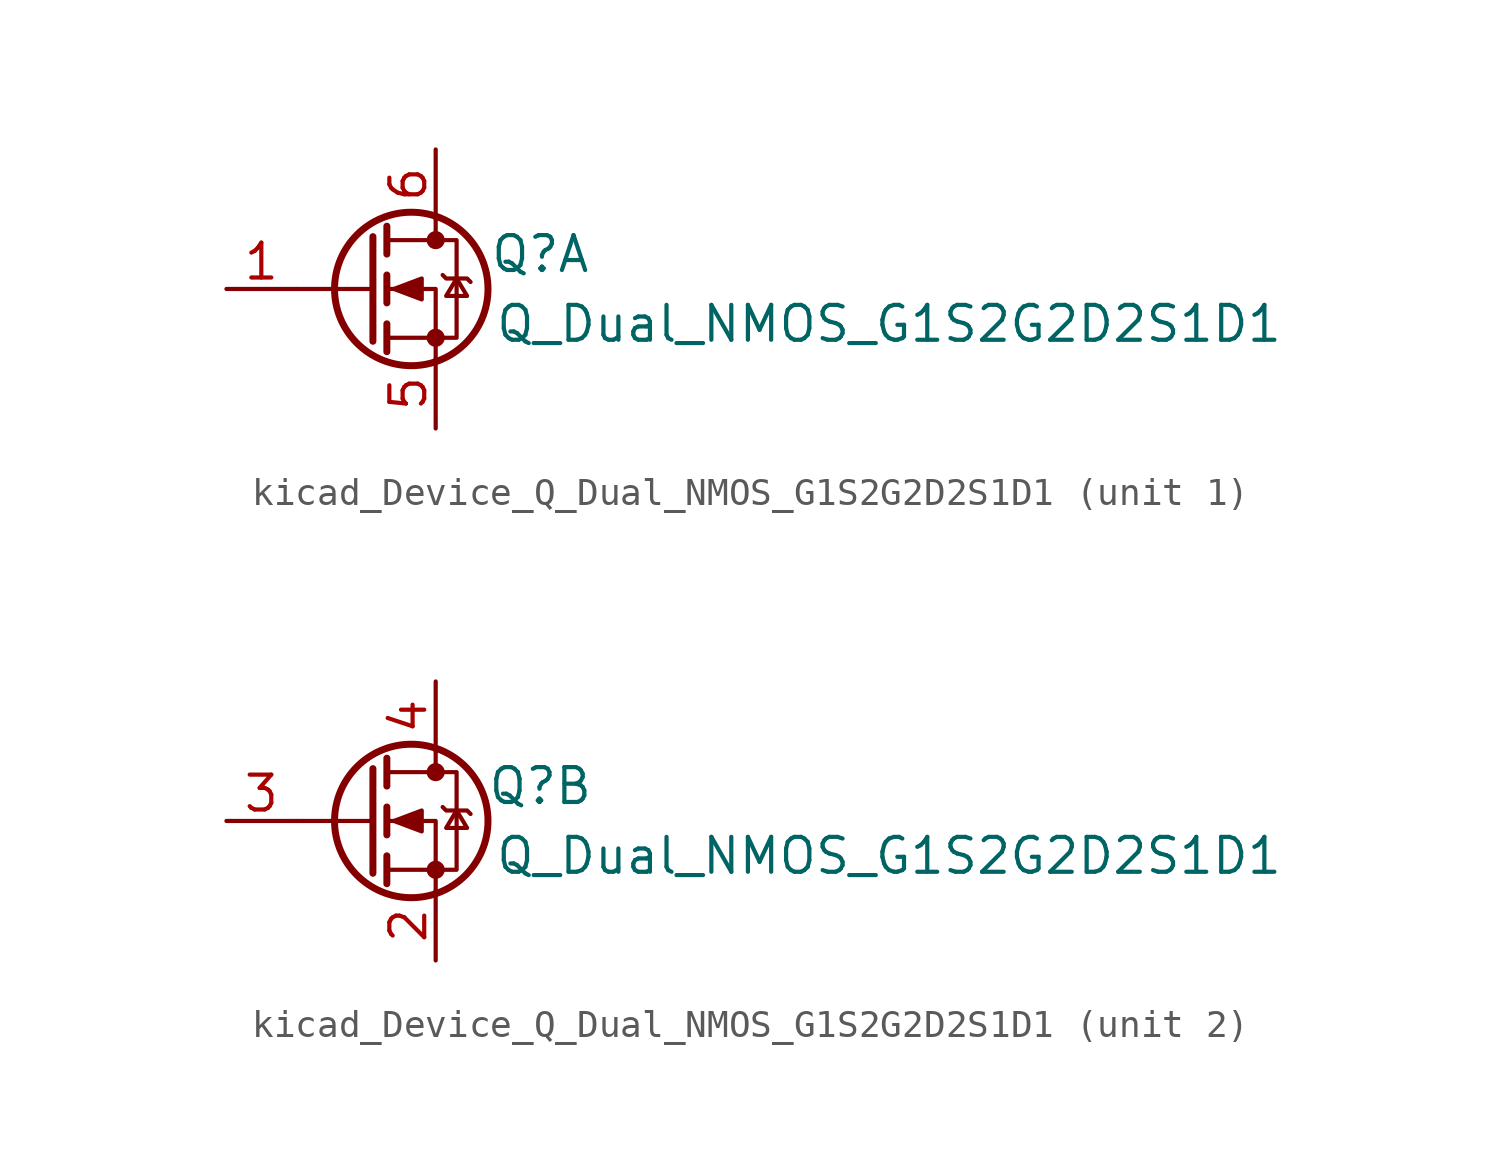
<source format=kicad_sym>
(kicad_symbol_lib
  (version 20220914)
  (generator kicad_symbol_editor)
  (symbol "kicad_Device_Q_Dual_NMOS_G1S2G2D2S1D1"
    (pin_names
      (offset 0) hide)
    (property "Reference" "Q"
      (at 6.35 1.27 0)
      (effects (font (size 1.27 1.27))))
    (property "Value" "Q_Dual_NMOS_G1S2G2D2S1D1"
      (at 19.05 -1.27 0)
      (effects (font (size 1.27 1.27))))
    (symbol "kicad_Device_Q_Dual_NMOS_G1S2G2D2S1D1_0_1"
      (polyline (pts (xy 0.254 0) (xy -2.54 0)) (stroke (width 0) (type default)) (fill (type none)))
      (polyline (pts (xy 0.254 1.905) (xy 0.254 -1.905)) (stroke (width 0.254) (type default)) (fill (type none)))
      (polyline (pts (xy 0.762 -1.27) (xy 0.762 -2.286)) (stroke (width 0.254) (type default)) (fill (type none)))
      (polyline (pts (xy 0.762 0.508) (xy 0.762 -0.508)) (stroke (width 0.254) (type default)) (fill (type none)))
      (polyline (pts (xy 0.762 2.286) (xy 0.762 1.27)) (stroke (width 0.254) (type default)) (fill (type none)))
      (polyline (pts (xy 2.54 2.54) (xy 2.54 1.778)) (stroke (width 0) (type default)) (fill (type none)))
      (polyline (pts (xy 2.54 -2.54) (xy 2.54 0) (xy 0.762 0)) (stroke (width 0) (type default)) (fill (type none)))
      (polyline (pts (xy 0.762 -1.778) (xy 3.302 -1.778) (xy 3.302 1.778) (xy 0.762 1.778)) (stroke (width 0) (type default)) (fill (type none)))
      (polyline (pts (xy 1.016 0) (xy 2.032 0.381) (xy 2.032 -0.381) (xy 1.016 0)) (stroke (width 0) (type default)) (fill (type outline)))
      (polyline (pts (xy 2.794 0.508) (xy 2.921 0.381) (xy 3.683 0.381) (xy 3.81 0.254)) (stroke (width 0) (type default)) (fill (type none)))
      (polyline (pts (xy 3.302 0.381) (xy 2.921 -0.254) (xy 3.683 -0.254) (xy 3.302 0.381)) (stroke (width 0) (type default)) (fill (type none)))
      (circle (center 1.651 0) (radius 2.794) (stroke (width 0.254) (type default)) (fill (type none)))
      (circle (center 2.54 -1.778) (radius 0.254) (stroke (width 0) (type default)) (fill (type outline)))
      (circle (center 2.54 1.778) (radius 0.254) (stroke (width 0) (type default)) (fill (type outline))))
    (symbol "kicad_Device_Q_Dual_NMOS_G1S2G2D2S1D1_1_1"
      (pin input line (at -5.08 0 0) (length 2.54) (name "G" (effects (font (size 1.27 1.27)))) (number "1" (effects (font (size 1.27 1.27)))))
      (pin passive line (at 2.54 -5.08 90) (length 2.54) (name "S" (effects (font (size 1.27 1.27)))) (number "5" (effects (font (size 1.27 1.27)))))
      (pin passive line (at 2.54 5.08 270) (length 2.54) (name "D" (effects (font (size 1.27 1.27)))) (number "6" (effects (font (size 1.27 1.27))))))
    (symbol "kicad_Device_Q_Dual_NMOS_G1S2G2D2S1D1_2_1"
      (pin passive line (at 2.54 -5.08 90) (length 2.54) (name "S" (effects (font (size 1.27 1.27)))) (number "2" (effects (font (size 1.27 1.27)))))
      (pin input line (at -5.08 0 0) (length 2.54) (name "G" (effects (font (size 1.27 1.27)))) (number "3" (effects (font (size 1.27 1.27)))))
      (pin passive line (at 2.54 5.08 270) (length 2.54) (name "D" (effects (font (size 1.27 1.27)))) (number "4" (effects (font (size 1.27 1.27))))))))
</source>
